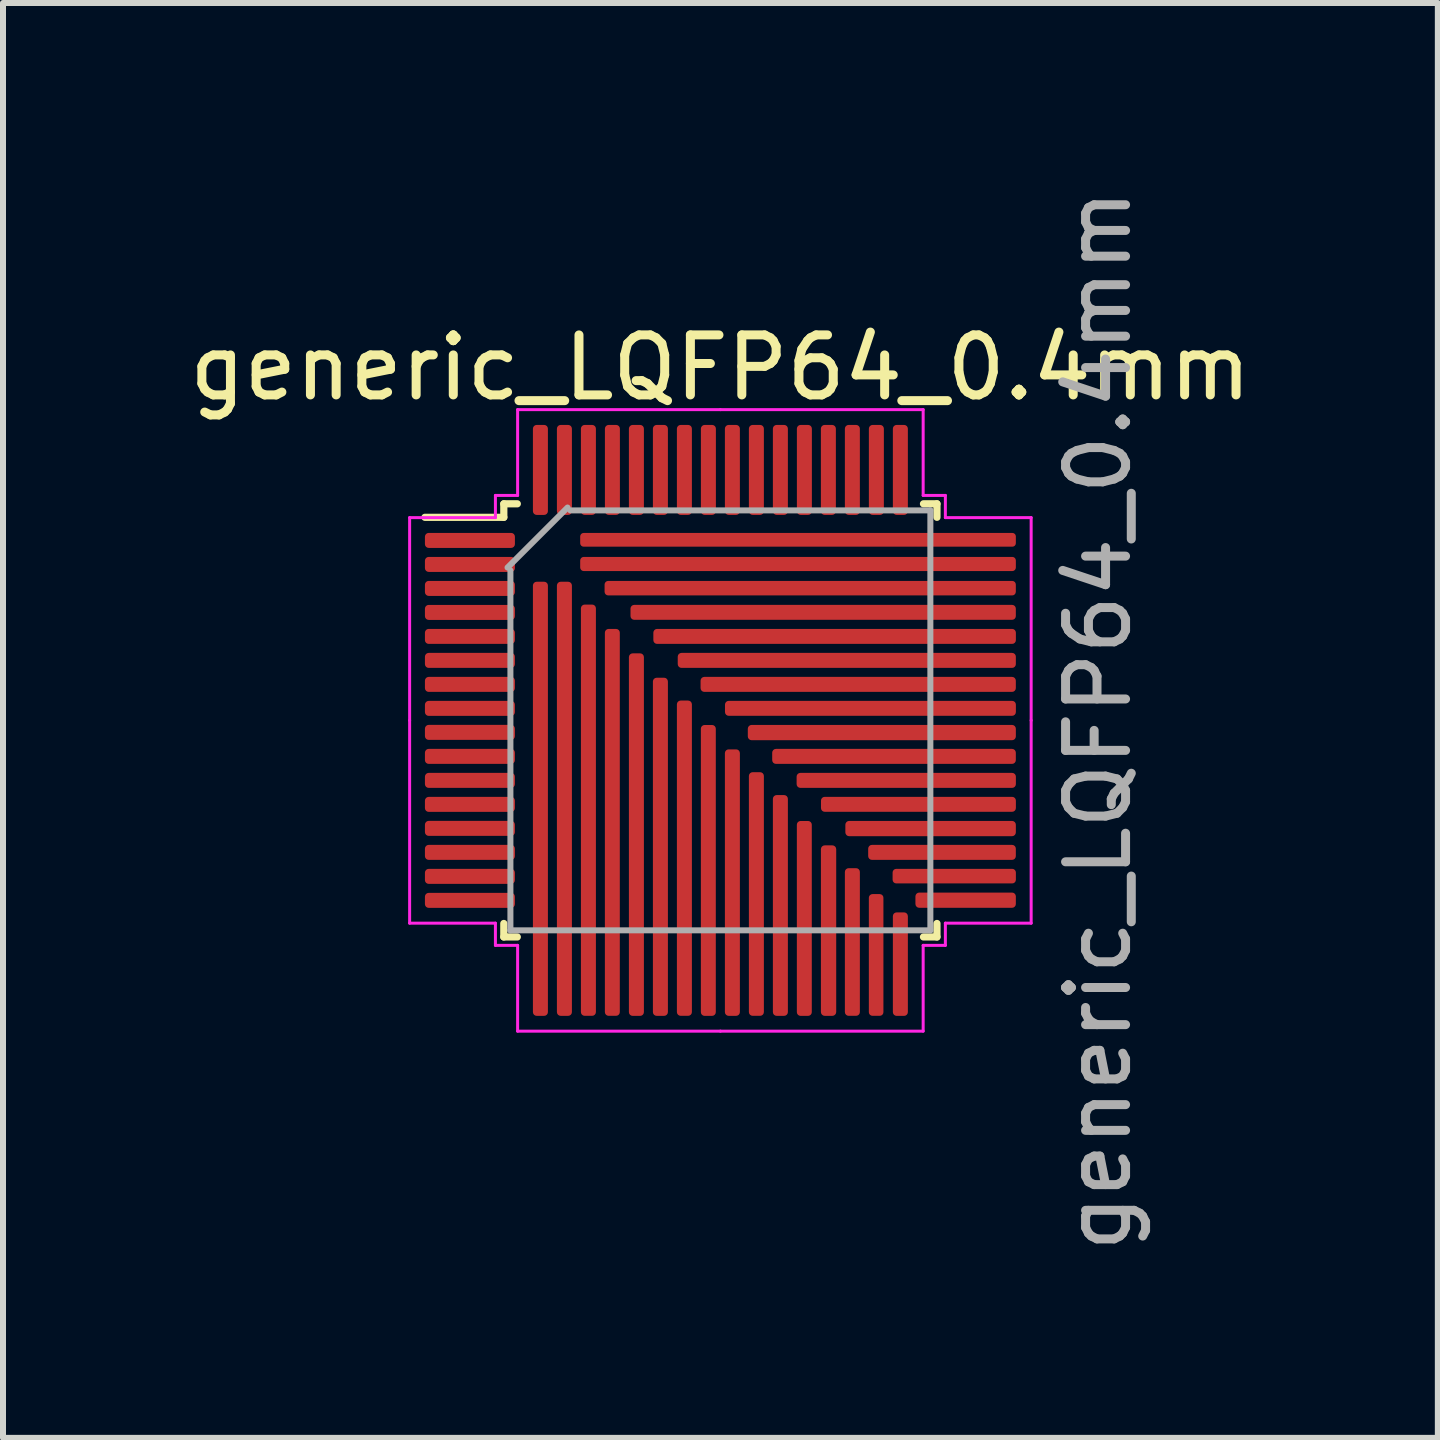
<source format=kicad_pcb>
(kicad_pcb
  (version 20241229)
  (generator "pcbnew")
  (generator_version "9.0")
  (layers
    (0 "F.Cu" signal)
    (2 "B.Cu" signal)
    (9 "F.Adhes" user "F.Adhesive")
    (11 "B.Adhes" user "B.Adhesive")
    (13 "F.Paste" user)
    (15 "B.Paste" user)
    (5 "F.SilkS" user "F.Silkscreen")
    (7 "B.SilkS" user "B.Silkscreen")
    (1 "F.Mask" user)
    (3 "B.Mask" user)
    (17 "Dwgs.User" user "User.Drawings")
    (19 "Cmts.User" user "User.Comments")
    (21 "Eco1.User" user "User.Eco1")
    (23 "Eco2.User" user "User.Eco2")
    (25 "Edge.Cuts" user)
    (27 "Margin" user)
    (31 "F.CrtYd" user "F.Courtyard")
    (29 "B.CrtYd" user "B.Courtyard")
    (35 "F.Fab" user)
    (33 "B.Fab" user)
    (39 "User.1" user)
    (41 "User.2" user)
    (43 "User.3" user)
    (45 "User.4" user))
  (footprint "generic_LQFP64_0.4mm"
    (layer "F.Cu")
    (at 8.958 8.958)
    (property "Reference" "generic_LQFP64_0.4mm" (at 0 -5.88 0) (layer "F.SilkS") (effects (font (size 1 1) (thickness 0.15))))
    (attr smd)
    (fp_line (start -3.61 -3.61) (end -3.61 -3.385) (stroke (width 0.12) (type solid)) (layer "F.SilkS"))
    (fp_line (start -3.61 -3.385) (end -4.925 -3.385) (stroke (width 0.12) (type solid)) (layer "F.SilkS"))
    (fp_line (start -3.61 3.61) (end -3.61 3.385) (stroke (width 0.12) (type solid)) (layer "F.SilkS"))
    (fp_line (start -3.385 -3.61) (end -3.61 -3.61) (stroke (width 0.12) (type solid)) (layer "F.SilkS"))
    (fp_line (start -3.385 3.61) (end -3.61 3.61) (stroke (width 0.12) (type solid)) (layer "F.SilkS"))
    (fp_line (start 3.385 -3.61) (end 3.61 -3.61) (stroke (width 0.12) (type solid)) (layer "F.SilkS"))
    (fp_line (start 3.385 3.61) (end 3.61 3.61) (stroke (width 0.12) (type solid)) (layer "F.SilkS"))
    (fp_line (start 3.61 -3.61) (end 3.61 -3.385) (stroke (width 0.12) (type solid)) (layer "F.SilkS"))
    (fp_line (start 3.61 3.61) (end 3.61 3.385) (stroke (width 0.12) (type solid)) (layer "F.SilkS"))
    (fp_line (start -5.18 -3.38) (end -5.18 0) (stroke (width 0.05) (type solid)) (layer "F.CrtYd"))
    (fp_line (start -5.18 3.38) (end -5.18 0) (stroke (width 0.05) (type solid)) (layer "F.CrtYd"))
    (fp_line (start -3.75 -3.75) (end -3.75 -3.38) (stroke (width 0.05) (type solid)) (layer "F.CrtYd"))
    (fp_line (start -3.75 -3.38) (end -5.18 -3.38) (stroke (width 0.05) (type solid)) (layer "F.CrtYd"))
    (fp_line (start -3.75 3.38) (end -5.18 3.38) (stroke (width 0.05) (type solid)) (layer "F.CrtYd"))
    (fp_line (start -3.75 3.75) (end -3.75 3.38) (stroke (width 0.05) (type solid)) (layer "F.CrtYd"))
    (fp_line (start -3.38 -5.18) (end -3.38 -3.75) (stroke (width 0.05) (type solid)) (layer "F.CrtYd"))
    (fp_line (start -3.38 -3.75) (end -3.75 -3.75) (stroke (width 0.05) (type solid)) (layer "F.CrtYd"))
    (fp_line (start -3.38 3.75) (end -3.75 3.75) (stroke (width 0.05) (type solid)) (layer "F.CrtYd"))
    (fp_line (start -3.38 5.18) (end -3.38 3.75) (stroke (width 0.05) (type solid)) (layer "F.CrtYd"))
    (fp_line (start 0 -5.18) (end -3.38 -5.18) (stroke (width 0.05) (type solid)) (layer "F.CrtYd"))
    (fp_line (start 0 -5.18) (end 3.38 -5.18) (stroke (width 0.05) (type solid)) (layer "F.CrtYd"))
    (fp_line (start 0 5.18) (end -3.38 5.18) (stroke (width 0.05) (type solid)) (layer "F.CrtYd"))
    (fp_line (start 0 5.18) (end 3.38 5.18) (stroke (width 0.05) (type solid)) (layer "F.CrtYd"))
    (fp_line (start 3.38 -5.18) (end 3.38 -3.75) (stroke (width 0.05) (type solid)) (layer "F.CrtYd"))
    (fp_line (start 3.38 -3.75) (end 3.75 -3.75) (stroke (width 0.05) (type solid)) (layer "F.CrtYd"))
    (fp_line (start 3.38 3.75) (end 3.75 3.75) (stroke (width 0.05) (type solid)) (layer "F.CrtYd"))
    (fp_line (start 3.38 5.18) (end 3.38 3.75) (stroke (width 0.05) (type solid)) (layer "F.CrtYd"))
    (fp_line (start 3.75 -3.75) (end 3.75 -3.38) (stroke (width 0.05) (type solid)) (layer "F.CrtYd"))
    (fp_line (start 3.75 -3.38) (end 5.18 -3.38) (stroke (width 0.05) (type solid)) (layer "F.CrtYd"))
    (fp_line (start 3.75 3.38) (end 5.18 3.38) (stroke (width 0.05) (type solid)) (layer "F.CrtYd"))
    (fp_line (start 3.75 3.75) (end 3.75 3.38) (stroke (width 0.05) (type solid)) (layer "F.CrtYd"))
    (fp_line (start 5.18 -3.38) (end 5.18 0) (stroke (width 0.05) (type solid)) (layer "F.CrtYd"))
    (fp_line (start 5.18 3.38) (end 5.18 0) (stroke (width 0.05) (type solid)) (layer "F.CrtYd"))
    (fp_line (start -3.548 -2.548) (end -2.548 -3.548) (stroke (width 0.1) (type solid)) (layer "F.Fab"))
    (fp_line (start -3.5 3.5) (end -3.5 -2.5) (stroke (width 0.1) (type solid)) (layer "F.Fab"))
    (fp_line (start -2.5 -3.5) (end 3.5 -3.5) (stroke (width 0.1) (type solid)) (layer "F.Fab"))
    (fp_line (start 3.5 -3.5) (end 3.5 3.5) (stroke (width 0.1) (type solid)) (layer "F.Fab"))
    (fp_line (start 3.5 3.5) (end -3.5 3.5) (stroke (width 0.1) (type solid)) (layer "F.Fab"))
    (fp_text user "${REFERENCE}" (at 6.299 0 90) (layer "F.Fab") (effects (font (size 1 1) (thickness 0.15))))
    (pad "1" smd roundrect (at -4.175 -3) (size 1.5 0.25) (layers "F.Cu" "F.Mask" "F.Paste") (roundrect_rratio 0.25))
    (pad "2" smd roundrect (at -4.175 -2.6) (size 1.5 0.25) (layers "F.Cu" "F.Mask" "F.Paste") (roundrect_rratio 0.25))
    (pad "3" smd roundrect (at -4.175 -2.2) (size 1.5 0.25) (layers "F.Cu" "F.Mask" "F.Paste") (roundrect_rratio 0.25))
    (pad "4" smd roundrect (at -4.175 -1.8) (size 1.5 0.25) (layers "F.Cu" "F.Mask" "F.Paste") (roundrect_rratio 0.25))
    (pad "5" smd roundrect (at -4.175 -1.4) (size 1.5 0.25) (layers "F.Cu" "F.Mask" "F.Paste") (roundrect_rratio 0.25))
    (pad "6" smd roundrect (at -4.175 -1) (size 1.5 0.25) (layers "F.Cu" "F.Mask" "F.Paste") (roundrect_rratio 0.25))
    (pad "7" smd roundrect (at -4.175 -0.6) (size 1.5 0.25) (layers "F.Cu" "F.Mask" "F.Paste") (roundrect_rratio 0.25))
    (pad "8" smd roundrect (at -4.175 -0.2) (size 1.5 0.25) (layers "F.Cu" "F.Mask" "F.Paste") (roundrect_rratio 0.25))
    (pad "9" smd roundrect (at -4.175 0.2) (size 1.5 0.25) (layers "F.Cu" "F.Mask" "F.Paste") (roundrect_rratio 0.25))
    (pad "10" smd roundrect (at -4.175 0.6) (size 1.5 0.25) (layers "F.Cu" "F.Mask" "F.Paste") (roundrect_rratio 0.25))
    (pad "11" smd roundrect (at -4.175 1) (size 1.5 0.25) (layers "F.Cu" "F.Mask" "F.Paste") (roundrect_rratio 0.25))
    (pad "12" smd roundrect (at -4.175 1.4) (size 1.5 0.25) (layers "F.Cu" "F.Mask" "F.Paste") (roundrect_rratio 0.25))
    (pad "13" smd roundrect (at -4.175 1.8) (size 1.5 0.25) (layers "F.Cu" "F.Mask" "F.Paste") (roundrect_rratio 0.25))
    (pad "14" smd roundrect (at -4.175 2.2) (size 1.5 0.25) (layers "F.Cu" "F.Mask" "F.Paste") (roundrect_rratio 0.25))
    (pad "15" smd roundrect (at -4.175 2.6) (size 1.5 0.25) (layers "F.Cu" "F.Mask" "F.Paste") (roundrect_rratio 0.25))
    (pad "16" smd roundrect (at -4.175 3) (size 1.5 0.25) (layers "F.Cu" "F.Mask" "F.Paste") (roundrect_rratio 0.25))
    (pad "17" smd roundrect (at -3 1.307) (size 0.25 7.236) (layers "F.Cu" "F.Mask" "F.Paste") (roundrect_rratio 0.25))
    (pad "18" smd roundrect (at -2.6 1.307) (size 0.25 7.236) (layers "F.Cu" "F.Mask" "F.Paste") (roundrect_rratio 0.25))
    (pad "19" smd roundrect (at -2.2 1.497) (size 0.25 6.855) (layers "F.Cu" "F.Mask" "F.Paste") (roundrect_rratio 0.25))
    (pad "20" smd roundrect (at -1.801 1.7) (size 0.249 6.449) (layers "F.Cu" "F.Mask" "F.Paste") (roundrect_rratio 0.25))
    (pad "21" smd roundrect (at -1.4 1.904) (size 0.25 6.043) (layers "F.Cu" "F.Mask" "F.Paste") (roundrect_rratio 0.25))
    (pad "22" smd roundrect (at -1 2.107) (size 0.25 5.636) (layers "F.Cu" "F.Mask" "F.Paste") (roundrect_rratio 0.25))
    (pad "23" smd roundrect (at -0.6 2.297) (size 0.25 5.255) (layers "F.Cu" "F.Mask" "F.Paste") (roundrect_rratio 0.25))
    (pad "24" smd roundrect (at -0.201 2.501) (size 0.249 4.849) (layers "F.Cu" "F.Mask" "F.Paste") (roundrect_rratio 0.25))
    (pad "25" smd roundrect (at 0.2 2.704) (size 0.25 4.442) (layers "F.Cu" "F.Mask" "F.Paste") (roundrect_rratio 0.25))
    (pad "26" smd roundrect (at 0.6 2.894) (size 0.25 4.061) (layers "F.Cu" "F.Mask" "F.Paste") (roundrect_rratio 0.25))
    (pad "27" smd roundrect (at 1 3.085) (size 0.25 3.68) (layers "F.Cu" "F.Mask" "F.Paste") (roundrect_rratio 0.25))
    (pad "28" smd roundrect (at 1.399 3.301) (size 0.249 3.249) (layers "F.Cu" "F.Mask" "F.Paste") (roundrect_rratio 0.25))
    (pad "29" smd roundrect (at 1.803 3.504) (size 0.255 2.842) (layers "F.Cu" "F.Mask" "F.Paste") (roundrect_rratio 0.25))
    (pad "30" smd roundrect (at 2.2 3.694) (size 0.25 2.461) (layers "F.Cu" "F.Mask" "F.Paste") (roundrect_rratio 0.25))
    (pad "31" smd roundrect (at 2.596 3.91) (size 0.243 2.029) (layers "F.Cu" "F.Mask" "F.Paste") (roundrect_rratio 0.25))
    (pad "32" smd roundrect (at 3 4.063) (size 0.25 1.725) (layers "F.Cu" "F.Mask" "F.Paste") (roundrect_rratio 0.25))
    (pad "33" smd roundrect (at 4.088 2.997) (size 1.674 0.254) (layers "F.Cu" "F.Mask" "F.Paste") (roundrect_rratio 0.25))
    (pad "34" smd roundrect (at 3.898 2.596) (size 2.055 0.243) (layers "F.Cu" "F.Mask" "F.Paste") (roundrect_rratio 0.25))
    (pad "35" smd roundrect (at 3.694 2.2) (size 2.461 0.25) (layers "F.Cu" "F.Mask" "F.Paste") (roundrect_rratio 0.25))
    (pad "36" smd roundrect (at 3.504 1.803) (size 2.842 0.255) (layers "F.Cu" "F.Mask" "F.Paste") (roundrect_rratio 0.25))
    (pad "37" smd roundrect (at 3.301 1.399) (size 3.249 0.249) (layers "F.Cu" "F.Mask" "F.Paste") (roundrect_rratio 0.25))
    (pad "38" smd roundrect (at 3.098 1) (size 3.655 0.25) (layers "F.Cu" "F.Mask" "F.Paste") (roundrect_rratio 0.25))
    (pad "39" smd roundrect (at 2.894 0.6) (size 4.061 0.25) (layers "F.Cu" "F.Mask" "F.Paste") (roundrect_rratio 0.25))
    (pad "40" smd roundrect (at 2.691 0.203) (size 4.468 0.255) (layers "F.Cu" "F.Mask" "F.Paste") (roundrect_rratio 0.25))
    (pad "41" smd roundrect (at 2.501 -0.201) (size 4.849 0.249) (layers "F.Cu" "F.Mask" "F.Paste") (roundrect_rratio 0.25))
    (pad "42" smd roundrect (at 2.297 -0.6) (size 5.255 0.25) (layers "F.Cu" "F.Mask" "F.Paste") (roundrect_rratio 0.25))
    (pad "43" smd roundrect (at 2.107 -1) (size 5.636 0.25) (layers "F.Cu" "F.Mask" "F.Paste") (roundrect_rratio 0.25))
    (pad "44" smd roundrect (at 1.904 -1.4) (size 6.043 0.25) (layers "F.Cu" "F.Mask" "F.Paste") (roundrect_rratio 0.25))
    (pad "45" smd roundrect (at 1.713 -1.801) (size 6.423 0.249) (layers "F.Cu" "F.Mask" "F.Paste") (roundrect_rratio 0.25))
    (pad "46" smd roundrect (at 1.497 -2.204) (size 6.855 0.242) (layers "F.Cu" "F.Mask" "F.Paste") (roundrect_rratio 0.25))
    (pad "47" smd roundrect (at 1.294 -2.607) (size 7.262 0.236) (layers "F.Cu" "F.Mask" "F.Paste") (roundrect_rratio 0.25))
    (pad "48" smd roundrect (at 1.294 -3.01) (size 7.262 0.229) (layers "F.Cu" "F.Mask" "F.Paste") (roundrect_rratio 0.25))
    (pad "49" smd roundrect (at 3 -4.175) (size 0.25 1.5) (layers "F.Cu" "F.Mask" "F.Paste") (roundrect_rratio 0.25))
    (pad "50" smd roundrect (at 2.6 -4.175) (size 0.25 1.5) (layers "F.Cu" "F.Mask" "F.Paste") (roundrect_rratio 0.25))
    (pad "51" smd roundrect (at 2.2 -4.175) (size 0.25 1.5) (layers "F.Cu" "F.Mask" "F.Paste") (roundrect_rratio 0.25))
    (pad "52" smd roundrect (at 1.8 -4.175) (size 0.25 1.5) (layers "F.Cu" "F.Mask" "F.Paste") (roundrect_rratio 0.25))
    (pad "53" smd roundrect (at 1.4 -4.175) (size 0.25 1.5) (layers "F.Cu" "F.Mask" "F.Paste") (roundrect_rratio 0.25))
    (pad "54" smd roundrect (at 1 -4.175) (size 0.25 1.5) (layers "F.Cu" "F.Mask" "F.Paste") (roundrect_rratio 0.25))
    (pad "55" smd roundrect (at 0.6 -4.175) (size 0.25 1.5) (layers "F.Cu" "F.Mask" "F.Paste") (roundrect_rratio 0.25))
    (pad "56" smd roundrect (at 0.2 -4.175) (size 0.25 1.5) (layers "F.Cu" "F.Mask" "F.Paste") (roundrect_rratio 0.25))
    (pad "57" smd roundrect (at -0.2 -4.175) (size 0.25 1.5) (layers "F.Cu" "F.Mask" "F.Paste") (roundrect_rratio 0.25))
    (pad "58" smd roundrect (at -0.6 -4.175) (size 0.25 1.5) (layers "F.Cu" "F.Mask" "F.Paste") (roundrect_rratio 0.25))
    (pad "59" smd roundrect (at -1 -4.175) (size 0.25 1.5) (layers "F.Cu" "F.Mask" "F.Paste") (roundrect_rratio 0.25))
    (pad "60" smd roundrect (at -1.4 -4.175) (size 0.25 1.5) (layers "F.Cu" "F.Mask" "F.Paste") (roundrect_rratio 0.25))
    (pad "61" smd roundrect (at -1.8 -4.175) (size 0.25 1.5) (layers "F.Cu" "F.Mask" "F.Paste") (roundrect_rratio 0.25))
    (pad "62" smd roundrect (at -2.2 -4.175) (size 0.25 1.5) (layers "F.Cu" "F.Mask" "F.Paste") (roundrect_rratio 0.25))
    (pad "63" smd roundrect (at -2.6 -4.175) (size 0.25 1.5) (layers "F.Cu" "F.Mask" "F.Paste") (roundrect_rratio 0.25))
    (pad "64" smd roundrect (at -3 -4.175) (size 0.25 1.5) (layers "F.Cu" "F.Mask" "F.Paste") (roundrect_rratio 0.25)))
  (gr_rect
    (start -3 -3)
    (end 20.917 20.917)
    (stroke (width 0.1) (type default))
    (fill no)
    (layer "Edge.Cuts")))
</source>
